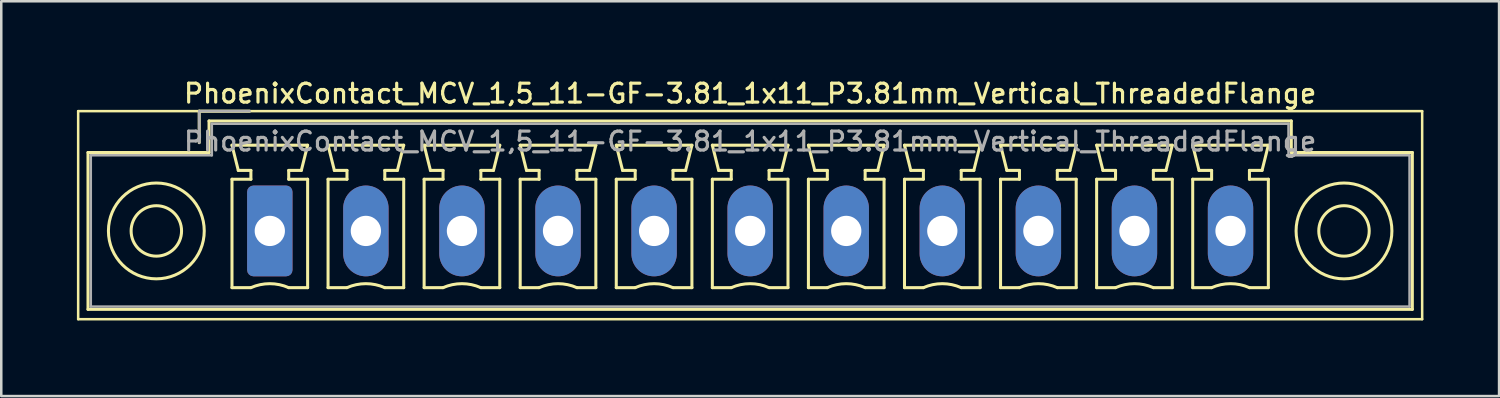
<source format=kicad_pcb>
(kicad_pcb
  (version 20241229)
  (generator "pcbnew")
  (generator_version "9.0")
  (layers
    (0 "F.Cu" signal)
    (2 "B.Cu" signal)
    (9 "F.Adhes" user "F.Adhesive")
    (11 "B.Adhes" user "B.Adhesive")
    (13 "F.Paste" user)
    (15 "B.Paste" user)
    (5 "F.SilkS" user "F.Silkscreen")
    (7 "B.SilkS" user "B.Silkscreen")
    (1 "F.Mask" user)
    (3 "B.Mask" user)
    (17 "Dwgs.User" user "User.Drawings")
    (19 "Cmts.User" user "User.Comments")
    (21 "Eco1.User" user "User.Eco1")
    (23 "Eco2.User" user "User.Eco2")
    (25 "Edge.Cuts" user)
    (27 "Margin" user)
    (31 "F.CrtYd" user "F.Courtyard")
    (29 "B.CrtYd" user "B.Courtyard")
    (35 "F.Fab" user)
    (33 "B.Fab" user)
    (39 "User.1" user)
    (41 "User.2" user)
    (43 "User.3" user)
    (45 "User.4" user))
  (footprint "PhoenixContact_MCV_1,5_11-GF-3.81_1x11_P3.81mm_Vertical_ThreadedFlange"
    (layer "F.Cu")
    (at 7.65 6.108)
    (property "Reference" "PhoenixContact_MCV_1,5_11-GF-3.81_1x11_P3.81mm_Vertical_ThreadedFlange" (at 19.05 -5.45 0) (layer "F.SilkS") (effects (font (size 0.75 0.75) (thickness 0.125))))
    (attr through_hole)
    (fp_line (start -7.6 -4.75) (end -7.6 3.5) (stroke (width 0.1) (type solid)) (layer "F.SilkS"))
    (fp_line (start -7.6 3.5) (end 45.7 3.5) (stroke (width 0.1) (type solid)) (layer "F.SilkS"))
    (fp_line (start -7.21 -3.11) (end -7.21 3.11) (stroke (width 0.12) (type solid)) (layer "F.SilkS"))
    (fp_line (start -7.21 3.11) (end 45.31 3.11) (stroke (width 0.12) (type solid)) (layer "F.SilkS"))
    (fp_line (start -2.8 -4.75) (end -0.8 -4.75) (stroke (width 0.12) (type solid)) (layer "F.SilkS"))
    (fp_line (start -2.8 -3.5) (end -2.8 -4.75) (stroke (width 0.12) (type solid)) (layer "F.SilkS"))
    (fp_line (start -2.41 -4.36) (end -2.41 -3.11) (stroke (width 0.12) (type solid)) (layer "F.SilkS"))
    (fp_line (start -2.41 -3.11) (end -7.21 -3.11) (stroke (width 0.12) (type solid)) (layer "F.SilkS"))
    (fp_line (start -1.5 -3.4) (end 1.5 -3.4) (stroke (width 0.12) (type solid)) (layer "F.SilkS"))
    (fp_line (start -1.5 -2.05) (end -0.75 -2.05) (stroke (width 0.12) (type solid)) (layer "F.SilkS"))
    (fp_line (start -1.5 2.25) (end -1.5 -2.05) (stroke (width 0.12) (type solid)) (layer "F.SilkS"))
    (fp_line (start -1.25 -2.4) (end -1.5 -3.4) (stroke (width 0.12) (type solid)) (layer "F.SilkS"))
    (fp_line (start -0.75 -2.4) (end -1.25 -2.4) (stroke (width 0.12) (type solid)) (layer "F.SilkS"))
    (fp_line (start -0.75 -2.05) (end -0.75 -2.4) (stroke (width 0.12) (type solid)) (layer "F.SilkS"))
    (fp_line (start -0.75 2.25) (end -1.5 2.25) (stroke (width 0.12) (type solid)) (layer "F.SilkS"))
    (fp_line (start 0.75 -2.4) (end 0.75 -2.05) (stroke (width 0.12) (type solid)) (layer "F.SilkS"))
    (fp_line (start 0.75 -2.05) (end 1.5 -2.05) (stroke (width 0.12) (type solid)) (layer "F.SilkS"))
    (fp_line (start 1.25 -2.4) (end 0.75 -2.4) (stroke (width 0.12) (type solid)) (layer "F.SilkS"))
    (fp_line (start 1.5 -3.4) (end 1.25 -2.4) (stroke (width 0.12) (type solid)) (layer "F.SilkS"))
    (fp_line (start 1.5 -2.05) (end 1.5 2.25) (stroke (width 0.12) (type solid)) (layer "F.SilkS"))
    (fp_line (start 1.5 2.25) (end 0.75 2.25) (stroke (width 0.12) (type solid)) (layer "F.SilkS"))
    (fp_line (start 2.31 -3.4) (end 5.31 -3.4) (stroke (width 0.12) (type solid)) (layer "F.SilkS"))
    (fp_line (start 2.31 -2.05) (end 3.06 -2.05) (stroke (width 0.12) (type solid)) (layer "F.SilkS"))
    (fp_line (start 2.31 2.25) (end 2.31 -2.05) (stroke (width 0.12) (type solid)) (layer "F.SilkS"))
    (fp_line (start 2.56 -2.4) (end 2.31 -3.4) (stroke (width 0.12) (type solid)) (layer "F.SilkS"))
    (fp_line (start 3.06 -2.4) (end 2.56 -2.4) (stroke (width 0.12) (type solid)) (layer "F.SilkS"))
    (fp_line (start 3.06 -2.05) (end 3.06 -2.4) (stroke (width 0.12) (type solid)) (layer "F.SilkS"))
    (fp_line (start 3.06 2.25) (end 2.31 2.25) (stroke (width 0.12) (type solid)) (layer "F.SilkS"))
    (fp_line (start 4.56 -2.4) (end 4.56 -2.05) (stroke (width 0.12) (type solid)) (layer "F.SilkS"))
    (fp_line (start 4.56 -2.05) (end 5.31 -2.05) (stroke (width 0.12) (type solid)) (layer "F.SilkS"))
    (fp_line (start 5.06 -2.4) (end 4.56 -2.4) (stroke (width 0.12) (type solid)) (layer "F.SilkS"))
    (fp_line (start 5.31 -3.4) (end 5.06 -2.4) (stroke (width 0.12) (type solid)) (layer "F.SilkS"))
    (fp_line (start 5.31 -2.05) (end 5.31 2.25) (stroke (width 0.12) (type solid)) (layer "F.SilkS"))
    (fp_line (start 5.31 2.25) (end 4.56 2.25) (stroke (width 0.12) (type solid)) (layer "F.SilkS"))
    (fp_line (start 6.12 -3.4) (end 9.12 -3.4) (stroke (width 0.12) (type solid)) (layer "F.SilkS"))
    (fp_line (start 6.12 -2.05) (end 6.87 -2.05) (stroke (width 0.12) (type solid)) (layer "F.SilkS"))
    (fp_line (start 6.12 2.25) (end 6.12 -2.05) (stroke (width 0.12) (type solid)) (layer "F.SilkS"))
    (fp_line (start 6.37 -2.4) (end 6.12 -3.4) (stroke (width 0.12) (type solid)) (layer "F.SilkS"))
    (fp_line (start 6.87 -2.4) (end 6.37 -2.4) (stroke (width 0.12) (type solid)) (layer "F.SilkS"))
    (fp_line (start 6.87 -2.05) (end 6.87 -2.4) (stroke (width 0.12) (type solid)) (layer "F.SilkS"))
    (fp_line (start 6.87 2.25) (end 6.12 2.25) (stroke (width 0.12) (type solid)) (layer "F.SilkS"))
    (fp_line (start 8.37 -2.4) (end 8.37 -2.05) (stroke (width 0.12) (type solid)) (layer "F.SilkS"))
    (fp_line (start 8.37 -2.05) (end 9.12 -2.05) (stroke (width 0.12) (type solid)) (layer "F.SilkS"))
    (fp_line (start 8.87 -2.4) (end 8.37 -2.4) (stroke (width 0.12) (type solid)) (layer "F.SilkS"))
    (fp_line (start 9.12 -3.4) (end 8.87 -2.4) (stroke (width 0.12) (type solid)) (layer "F.SilkS"))
    (fp_line (start 9.12 -2.05) (end 9.12 2.25) (stroke (width 0.12) (type solid)) (layer "F.SilkS"))
    (fp_line (start 9.12 2.25) (end 8.37 2.25) (stroke (width 0.12) (type solid)) (layer "F.SilkS"))
    (fp_line (start 9.93 -3.4) (end 12.93 -3.4) (stroke (width 0.12) (type solid)) (layer "F.SilkS"))
    (fp_line (start 9.93 -2.05) (end 10.68 -2.05) (stroke (width 0.12) (type solid)) (layer "F.SilkS"))
    (fp_line (start 9.93 2.25) (end 9.93 -2.05) (stroke (width 0.12) (type solid)) (layer "F.SilkS"))
    (fp_line (start 10.18 -2.4) (end 9.93 -3.4) (stroke (width 0.12) (type solid)) (layer "F.SilkS"))
    (fp_line (start 10.68 -2.4) (end 10.18 -2.4) (stroke (width 0.12) (type solid)) (layer "F.SilkS"))
    (fp_line (start 10.68 -2.05) (end 10.68 -2.4) (stroke (width 0.12) (type solid)) (layer "F.SilkS"))
    (fp_line (start 10.68 2.25) (end 9.93 2.25) (stroke (width 0.12) (type solid)) (layer "F.SilkS"))
    (fp_line (start 12.18 -2.4) (end 12.18 -2.05) (stroke (width 0.12) (type solid)) (layer "F.SilkS"))
    (fp_line (start 12.18 -2.05) (end 12.93 -2.05) (stroke (width 0.12) (type solid)) (layer "F.SilkS"))
    (fp_line (start 12.68 -2.4) (end 12.18 -2.4) (stroke (width 0.12) (type solid)) (layer "F.SilkS"))
    (fp_line (start 12.93 -3.4) (end 12.68 -2.4) (stroke (width 0.12) (type solid)) (layer "F.SilkS"))
    (fp_line (start 12.93 -2.05) (end 12.93 2.25) (stroke (width 0.12) (type solid)) (layer "F.SilkS"))
    (fp_line (start 12.93 2.25) (end 12.18 2.25) (stroke (width 0.12) (type solid)) (layer "F.SilkS"))
    (fp_line (start 13.74 -3.4) (end 16.74 -3.4) (stroke (width 0.12) (type solid)) (layer "F.SilkS"))
    (fp_line (start 13.74 -2.05) (end 14.49 -2.05) (stroke (width 0.12) (type solid)) (layer "F.SilkS"))
    (fp_line (start 13.74 2.25) (end 13.74 -2.05) (stroke (width 0.12) (type solid)) (layer "F.SilkS"))
    (fp_line (start 13.99 -2.4) (end 13.74 -3.4) (stroke (width 0.12) (type solid)) (layer "F.SilkS"))
    (fp_line (start 14.49 -2.4) (end 13.99 -2.4) (stroke (width 0.12) (type solid)) (layer "F.SilkS"))
    (fp_line (start 14.49 -2.05) (end 14.49 -2.4) (stroke (width 0.12) (type solid)) (layer "F.SilkS"))
    (fp_line (start 14.49 2.25) (end 13.74 2.25) (stroke (width 0.12) (type solid)) (layer "F.SilkS"))
    (fp_line (start 15.99 -2.4) (end 15.99 -2.05) (stroke (width 0.12) (type solid)) (layer "F.SilkS"))
    (fp_line (start 15.99 -2.05) (end 16.74 -2.05) (stroke (width 0.12) (type solid)) (layer "F.SilkS"))
    (fp_line (start 16.49 -2.4) (end 15.99 -2.4) (stroke (width 0.12) (type solid)) (layer "F.SilkS"))
    (fp_line (start 16.74 -3.4) (end 16.49 -2.4) (stroke (width 0.12) (type solid)) (layer "F.SilkS"))
    (fp_line (start 16.74 -2.05) (end 16.74 2.25) (stroke (width 0.12) (type solid)) (layer "F.SilkS"))
    (fp_line (start 16.74 2.25) (end 15.99 2.25) (stroke (width 0.12) (type solid)) (layer "F.SilkS"))
    (fp_line (start 17.55 -3.4) (end 20.55 -3.4) (stroke (width 0.12) (type solid)) (layer "F.SilkS"))
    (fp_line (start 17.55 -2.05) (end 18.3 -2.05) (stroke (width 0.12) (type solid)) (layer "F.SilkS"))
    (fp_line (start 17.55 2.25) (end 17.55 -2.05) (stroke (width 0.12) (type solid)) (layer "F.SilkS"))
    (fp_line (start 17.8 -2.4) (end 17.55 -3.4) (stroke (width 0.12) (type solid)) (layer "F.SilkS"))
    (fp_line (start 18.3 -2.4) (end 17.8 -2.4) (stroke (width 0.12) (type solid)) (layer "F.SilkS"))
    (fp_line (start 18.3 -2.05) (end 18.3 -2.4) (stroke (width 0.12) (type solid)) (layer "F.SilkS"))
    (fp_line (start 18.3 2.25) (end 17.55 2.25) (stroke (width 0.12) (type solid)) (layer "F.SilkS"))
    (fp_line (start 19.8 -2.4) (end 19.8 -2.05) (stroke (width 0.12) (type solid)) (layer "F.SilkS"))
    (fp_line (start 19.8 -2.05) (end 20.55 -2.05) (stroke (width 0.12) (type solid)) (layer "F.SilkS"))
    (fp_line (start 20.3 -2.4) (end 19.8 -2.4) (stroke (width 0.12) (type solid)) (layer "F.SilkS"))
    (fp_line (start 20.55 -3.4) (end 20.3 -2.4) (stroke (width 0.12) (type solid)) (layer "F.SilkS"))
    (fp_line (start 20.55 -2.05) (end 20.55 2.25) (stroke (width 0.12) (type solid)) (layer "F.SilkS"))
    (fp_line (start 20.55 2.25) (end 19.8 2.25) (stroke (width 0.12) (type solid)) (layer "F.SilkS"))
    (fp_line (start 21.36 -3.4) (end 24.36 -3.4) (stroke (width 0.12) (type solid)) (layer "F.SilkS"))
    (fp_line (start 21.36 -2.05) (end 22.11 -2.05) (stroke (width 0.12) (type solid)) (layer "F.SilkS"))
    (fp_line (start 21.36 2.25) (end 21.36 -2.05) (stroke (width 0.12) (type solid)) (layer "F.SilkS"))
    (fp_line (start 21.61 -2.4) (end 21.36 -3.4) (stroke (width 0.12) (type solid)) (layer "F.SilkS"))
    (fp_line (start 22.11 -2.4) (end 21.61 -2.4) (stroke (width 0.12) (type solid)) (layer "F.SilkS"))
    (fp_line (start 22.11 -2.05) (end 22.11 -2.4) (stroke (width 0.12) (type solid)) (layer "F.SilkS"))
    (fp_line (start 22.11 2.25) (end 21.36 2.25) (stroke (width 0.12) (type solid)) (layer "F.SilkS"))
    (fp_line (start 23.61 -2.4) (end 23.61 -2.05) (stroke (width 0.12) (type solid)) (layer "F.SilkS"))
    (fp_line (start 23.61 -2.05) (end 24.36 -2.05) (stroke (width 0.12) (type solid)) (layer "F.SilkS"))
    (fp_line (start 24.11 -2.4) (end 23.61 -2.4) (stroke (width 0.12) (type solid)) (layer "F.SilkS"))
    (fp_line (start 24.36 -3.4) (end 24.11 -2.4) (stroke (width 0.12) (type solid)) (layer "F.SilkS"))
    (fp_line (start 24.36 -2.05) (end 24.36 2.25) (stroke (width 0.12) (type solid)) (layer "F.SilkS"))
    (fp_line (start 24.36 2.25) (end 23.61 2.25) (stroke (width 0.12) (type solid)) (layer "F.SilkS"))
    (fp_line (start 25.17 -3.4) (end 28.17 -3.4) (stroke (width 0.12) (type solid)) (layer "F.SilkS"))
    (fp_line (start 25.17 -2.05) (end 25.92 -2.05) (stroke (width 0.12) (type solid)) (layer "F.SilkS"))
    (fp_line (start 25.17 2.25) (end 25.17 -2.05) (stroke (width 0.12) (type solid)) (layer "F.SilkS"))
    (fp_line (start 25.42 -2.4) (end 25.17 -3.4) (stroke (width 0.12) (type solid)) (layer "F.SilkS"))
    (fp_line (start 25.92 -2.4) (end 25.42 -2.4) (stroke (width 0.12) (type solid)) (layer "F.SilkS"))
    (fp_line (start 25.92 -2.05) (end 25.92 -2.4) (stroke (width 0.12) (type solid)) (layer "F.SilkS"))
    (fp_line (start 25.92 2.25) (end 25.17 2.25) (stroke (width 0.12) (type solid)) (layer "F.SilkS"))
    (fp_line (start 27.42 -2.4) (end 27.42 -2.05) (stroke (width 0.12) (type solid)) (layer "F.SilkS"))
    (fp_line (start 27.42 -2.05) (end 28.17 -2.05) (stroke (width 0.12) (type solid)) (layer "F.SilkS"))
    (fp_line (start 27.92 -2.4) (end 27.42 -2.4) (stroke (width 0.12) (type solid)) (layer "F.SilkS"))
    (fp_line (start 28.17 -3.4) (end 27.92 -2.4) (stroke (width 0.12) (type solid)) (layer "F.SilkS"))
    (fp_line (start 28.17 -2.05) (end 28.17 2.25) (stroke (width 0.12) (type solid)) (layer "F.SilkS"))
    (fp_line (start 28.17 2.25) (end 27.42 2.25) (stroke (width 0.12) (type solid)) (layer "F.SilkS"))
    (fp_line (start 28.98 -3.4) (end 31.98 -3.4) (stroke (width 0.12) (type solid)) (layer "F.SilkS"))
    (fp_line (start 28.98 -2.05) (end 29.73 -2.05) (stroke (width 0.12) (type solid)) (layer "F.SilkS"))
    (fp_line (start 28.98 2.25) (end 28.98 -2.05) (stroke (width 0.12) (type solid)) (layer "F.SilkS"))
    (fp_line (start 29.23 -2.4) (end 28.98 -3.4) (stroke (width 0.12) (type solid)) (layer "F.SilkS"))
    (fp_line (start 29.73 -2.4) (end 29.23 -2.4) (stroke (width 0.12) (type solid)) (layer "F.SilkS"))
    (fp_line (start 29.73 -2.05) (end 29.73 -2.4) (stroke (width 0.12) (type solid)) (layer "F.SilkS"))
    (fp_line (start 29.73 2.25) (end 28.98 2.25) (stroke (width 0.12) (type solid)) (layer "F.SilkS"))
    (fp_line (start 31.23 -2.4) (end 31.23 -2.05) (stroke (width 0.12) (type solid)) (layer "F.SilkS"))
    (fp_line (start 31.23 -2.05) (end 31.98 -2.05) (stroke (width 0.12) (type solid)) (layer "F.SilkS"))
    (fp_line (start 31.73 -2.4) (end 31.23 -2.4) (stroke (width 0.12) (type solid)) (layer "F.SilkS"))
    (fp_line (start 31.98 -3.4) (end 31.73 -2.4) (stroke (width 0.12) (type solid)) (layer "F.SilkS"))
    (fp_line (start 31.98 -2.05) (end 31.98 2.25) (stroke (width 0.12) (type solid)) (layer "F.SilkS"))
    (fp_line (start 31.98 2.25) (end 31.23 2.25) (stroke (width 0.12) (type solid)) (layer "F.SilkS"))
    (fp_line (start 32.79 -3.4) (end 35.79 -3.4) (stroke (width 0.12) (type solid)) (layer "F.SilkS"))
    (fp_line (start 32.79 -2.05) (end 33.54 -2.05) (stroke (width 0.12) (type solid)) (layer "F.SilkS"))
    (fp_line (start 32.79 2.25) (end 32.79 -2.05) (stroke (width 0.12) (type solid)) (layer "F.SilkS"))
    (fp_line (start 33.04 -2.4) (end 32.79 -3.4) (stroke (width 0.12) (type solid)) (layer "F.SilkS"))
    (fp_line (start 33.54 -2.4) (end 33.04 -2.4) (stroke (width 0.12) (type solid)) (layer "F.SilkS"))
    (fp_line (start 33.54 -2.05) (end 33.54 -2.4) (stroke (width 0.12) (type solid)) (layer "F.SilkS"))
    (fp_line (start 33.54 2.25) (end 32.79 2.25) (stroke (width 0.12) (type solid)) (layer "F.SilkS"))
    (fp_line (start 35.04 -2.4) (end 35.04 -2.05) (stroke (width 0.12) (type solid)) (layer "F.SilkS"))
    (fp_line (start 35.04 -2.05) (end 35.79 -2.05) (stroke (width 0.12) (type solid)) (layer "F.SilkS"))
    (fp_line (start 35.54 -2.4) (end 35.04 -2.4) (stroke (width 0.12) (type solid)) (layer "F.SilkS"))
    (fp_line (start 35.79 -3.4) (end 35.54 -2.4) (stroke (width 0.12) (type solid)) (layer "F.SilkS"))
    (fp_line (start 35.79 -2.05) (end 35.79 2.25) (stroke (width 0.12) (type solid)) (layer "F.SilkS"))
    (fp_line (start 35.79 2.25) (end 35.04 2.25) (stroke (width 0.12) (type solid)) (layer "F.SilkS"))
    (fp_line (start 36.6 -3.4) (end 39.6 -3.4) (stroke (width 0.12) (type solid)) (layer "F.SilkS"))
    (fp_line (start 36.6 -2.05) (end 37.35 -2.05) (stroke (width 0.12) (type solid)) (layer "F.SilkS"))
    (fp_line (start 36.6 2.25) (end 36.6 -2.05) (stroke (width 0.12) (type solid)) (layer "F.SilkS"))
    (fp_line (start 36.85 -2.4) (end 36.6 -3.4) (stroke (width 0.12) (type solid)) (layer "F.SilkS"))
    (fp_line (start 37.35 -2.4) (end 36.85 -2.4) (stroke (width 0.12) (type solid)) (layer "F.SilkS"))
    (fp_line (start 37.35 -2.05) (end 37.35 -2.4) (stroke (width 0.12) (type solid)) (layer "F.SilkS"))
    (fp_line (start 37.35 2.25) (end 36.6 2.25) (stroke (width 0.12) (type solid)) (layer "F.SilkS"))
    (fp_line (start 38.85 -2.4) (end 38.85 -2.05) (stroke (width 0.12) (type solid)) (layer "F.SilkS"))
    (fp_line (start 38.85 -2.05) (end 39.6 -2.05) (stroke (width 0.12) (type solid)) (layer "F.SilkS"))
    (fp_line (start 39.35 -2.4) (end 38.85 -2.4) (stroke (width 0.12) (type solid)) (layer "F.SilkS"))
    (fp_line (start 39.6 -3.4) (end 39.35 -2.4) (stroke (width 0.12) (type solid)) (layer "F.SilkS"))
    (fp_line (start 39.6 -2.05) (end 39.6 2.25) (stroke (width 0.12) (type solid)) (layer "F.SilkS"))
    (fp_line (start 39.6 2.25) (end 38.85 2.25) (stroke (width 0.12) (type solid)) (layer "F.SilkS"))
    (fp_line (start 40.51 -4.36) (end -2.41 -4.36) (stroke (width 0.12) (type solid)) (layer "F.SilkS"))
    (fp_line (start 40.51 -3.11) (end 40.51 -4.36) (stroke (width 0.12) (type solid)) (layer "F.SilkS"))
    (fp_line (start 45.31 -3.11) (end 40.51 -3.11) (stroke (width 0.12) (type solid)) (layer "F.SilkS"))
    (fp_line (start 45.31 3.11) (end 45.31 -3.11) (stroke (width 0.12) (type solid)) (layer "F.SilkS"))
    (fp_line (start 45.7 -4.75) (end -7.6 -4.75) (stroke (width 0.1) (type solid)) (layer "F.SilkS"))
    (fp_line (start 45.7 3.5) (end 45.7 -4.75) (stroke (width 0.1) (type solid)) (layer "F.SilkS"))
    (fp_arc (start -0.75 2.25) (mid -0.000193 2.09191) (end 0.749647 2.249844) (stroke (width 0.12) (type solid)) (layer "F.SilkS"))
    (fp_arc (start 3.06 2.25) (mid 3.809807 2.09191) (end 4.559647 2.249844) (stroke (width 0.12) (type solid)) (layer "F.SilkS"))
    (fp_arc (start 6.87 2.25) (mid 7.619807 2.09191) (end 8.369647 2.249844) (stroke (width 0.12) (type solid)) (layer "F.SilkS"))
    (fp_arc (start 10.68 2.25) (mid 11.429807 2.09191) (end 12.179647 2.249844) (stroke (width 0.12) (type solid)) (layer "F.SilkS"))
    (fp_arc (start 14.49 2.25) (mid 15.239807 2.09191) (end 15.989647 2.249844) (stroke (width 0.12) (type solid)) (layer "F.SilkS"))
    (fp_arc (start 18.3 2.25) (mid 19.049807 2.09191) (end 19.799647 2.249844) (stroke (width 0.12) (type solid)) (layer "F.SilkS"))
    (fp_arc (start 22.11 2.25) (mid 22.859807 2.09191) (end 23.609647 2.249844) (stroke (width 0.12) (type solid)) (layer "F.SilkS"))
    (fp_arc (start 25.92 2.25) (mid 26.669807 2.09191) (end 27.419647 2.249844) (stroke (width 0.12) (type solid)) (layer "F.SilkS"))
    (fp_arc (start 29.73 2.25) (mid 30.479807 2.09191) (end 31.229647 2.249844) (stroke (width 0.12) (type solid)) (layer "F.SilkS"))
    (fp_arc (start 33.54 2.25) (mid 34.289807 2.09191) (end 35.039647 2.249844) (stroke (width 0.12) (type solid)) (layer "F.SilkS"))
    (fp_arc (start 37.35 2.25) (mid 38.099807 2.09191) (end 38.849647 2.249844) (stroke (width 0.12) (type solid)) (layer "F.SilkS"))
    (fp_circle (center -4.5 0) (end -3.5 0) (stroke (width 0.12) (type solid)) (fill no) (layer "F.SilkS"))
    (fp_circle (center -4.5 0) (end -2.6 0) (stroke (width 0.12) (type solid)) (fill no) (layer "F.SilkS"))
    (fp_circle (center 42.6 0) (end 43.6 0) (stroke (width 0.12) (type solid)) (fill no) (layer "F.SilkS"))
    (fp_circle (center 42.6 0) (end 44.5 0) (stroke (width 0.12) (type solid)) (fill no) (layer "F.SilkS"))
    (fp_line (start -7.1 -3) (end -7.1 3) (stroke (width 0.1) (type solid)) (layer "F.Fab"))
    (fp_line (start -7.1 3) (end 45.2 3) (stroke (width 0.1) (type solid)) (layer "F.Fab"))
    (fp_line (start -2.8 -4.75) (end -0.8 -4.75) (stroke (width 0.1) (type solid)) (layer "F.Fab"))
    (fp_line (start -2.8 -3.5) (end -2.8 -4.75) (stroke (width 0.1) (type solid)) (layer "F.Fab"))
    (fp_line (start -2.3 -4.25) (end -2.3 -3) (stroke (width 0.1) (type solid)) (layer "F.Fab"))
    (fp_line (start -2.3 -3) (end -7.1 -3) (stroke (width 0.1) (type solid)) (layer "F.Fab"))
    (fp_line (start 40.4 -4.25) (end -2.3 -4.25) (stroke (width 0.1) (type solid)) (layer "F.Fab"))
    (fp_line (start 40.4 -3) (end 40.4 -4.25) (stroke (width 0.1) (type solid)) (layer "F.Fab"))
    (fp_line (start 45.2 -3) (end 40.4 -3) (stroke (width 0.1) (type solid)) (layer "F.Fab"))
    (fp_line (start 45.2 3) (end 45.2 -3) (stroke (width 0.1) (type solid)) (layer "F.Fab"))
    (fp_text user "${REFERENCE}" (at 19.05 -3.55 0) (layer "F.Fab") (effects (font (size 0.75 0.75) (thickness 0.125))))
    (pad "1" thru_hole roundrect (at 0 0) (size 1.8 3.6) (drill 1.2) (layers "*.Cu" "*.Mask") (roundrect_rratio 0.139))
    (pad "2" thru_hole oval (at 3.81 0) (size 1.8 3.6) (drill 1.2) (layers "*.Cu" "*.Mask"))
    (pad "3" thru_hole oval (at 7.62 0) (size 1.8 3.6) (drill 1.2) (layers "*.Cu" "*.Mask"))
    (pad "4" thru_hole oval (at 11.43 0) (size 1.8 3.6) (drill 1.2) (layers "*.Cu" "*.Mask"))
    (pad "5" thru_hole oval (at 15.24 0) (size 1.8 3.6) (drill 1.2) (layers "*.Cu" "*.Mask"))
    (pad "6" thru_hole oval (at 19.05 0) (size 1.8 3.6) (drill 1.2) (layers "*.Cu" "*.Mask"))
    (pad "7" thru_hole oval (at 22.86 0) (size 1.8 3.6) (drill 1.2) (layers "*.Cu" "*.Mask"))
    (pad "8" thru_hole oval (at 26.67 0) (size 1.8 3.6) (drill 1.2) (layers "*.Cu" "*.Mask"))
    (pad "9" thru_hole oval (at 30.48 0) (size 1.8 3.6) (drill 1.2) (layers "*.Cu" "*.Mask"))
    (pad "10" thru_hole oval (at 34.29 0) (size 1.8 3.6) (drill 1.2) (layers "*.Cu" "*.Mask"))
    (pad "11" thru_hole oval (at 38.1 0) (size 1.8 3.6) (drill 1.2) (layers "*.Cu" "*.Mask")))
  (gr_rect
    (start -3 -3)
    (end 56.4 12.658)
    (stroke (width 0.1) (type default))
    (fill no)
    (layer "Edge.Cuts")))
</source>
